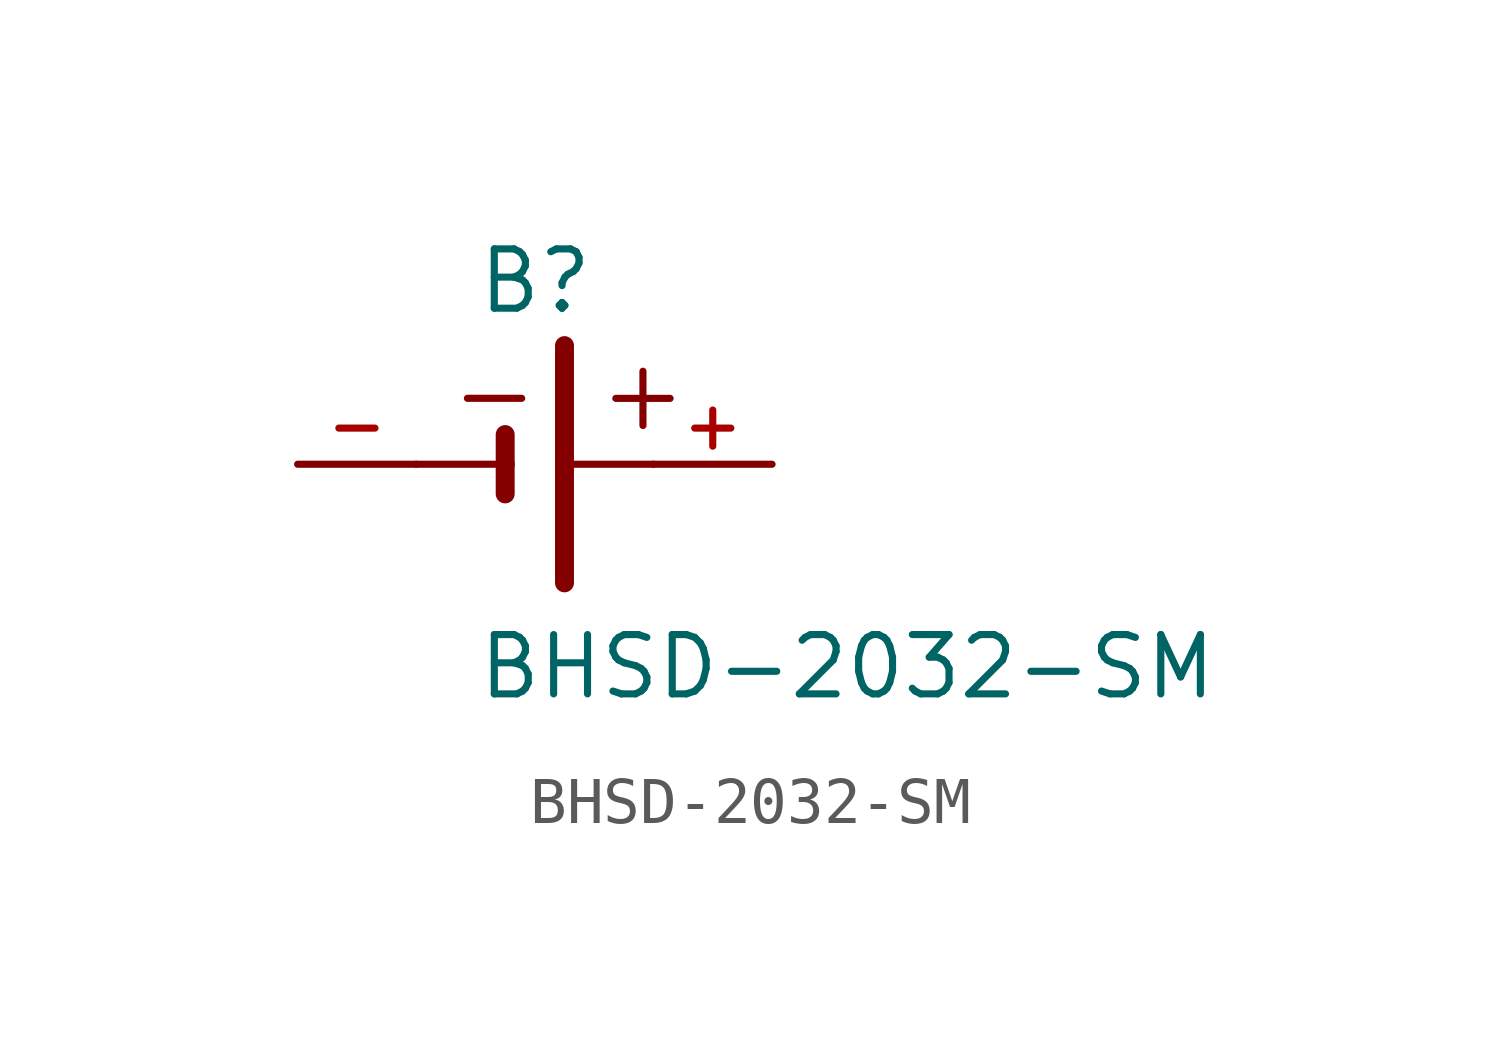
<source format=kicad_sym>
(kicad_symbol_lib
  (version 20211014)
  (generator kicad_symbol_editor)
  (symbol "BHSD-2032-SM"
    (pin_names
      (offset 1.016))
    (property "Reference" "B"
      (at -1.271 3.178 0)
      (effects (font (size 1.27 1.27)) (justify bottom left)))
    (property "Value" "BHSD-2032-SM"
      (at -1.27 -5.081 0)
      (effects (font (size 1.27 1.27)) (justify bottom left)))
    (symbol "BHSD-2032-SM_0_0"
      (polyline (pts (xy -0.635 0.635) (xy -0.635 0.0)) (stroke (width 0.406)))
      (polyline (pts (xy -2.54 0.0) (xy -0.635 0.0)) (stroke (width 0.152)))
      (polyline (pts (xy -0.635 0.0) (xy -0.635 -0.635)) (stroke (width 0.406)))
      (polyline (pts (xy 0.635 2.54) (xy 0.635 0.0)) (stroke (width 0.406)))
      (polyline (pts (xy 0.635 0.0) (xy 2.54 0.0)) (stroke (width 0.152)))
      (polyline (pts (xy 0.635 0.0) (xy 0.635 -2.54)) (stroke (width 0.406)))
      (text "+" (at 1.271 0.635 0) (effects (font (size 1.525 1.525)) (justify bottom left)))
      (text "-" (at -1.907 0.636 0) (effects (font (size 1.525 1.525)) (justify bottom left)))
      (pin passive line (at 5.08 0.0 180.0) (length 2.54) (name "~" (effects (font (size 1.016 1.016)))) (number "+" (effects (font (size 1.016 1.016)))))
      (pin passive line (at -5.08 0.0 0) (length 2.54) (name "~" (effects (font (size 1.016 1.016)))) (number "-" (effects (font (size 1.016 1.016))))))))
</source>
